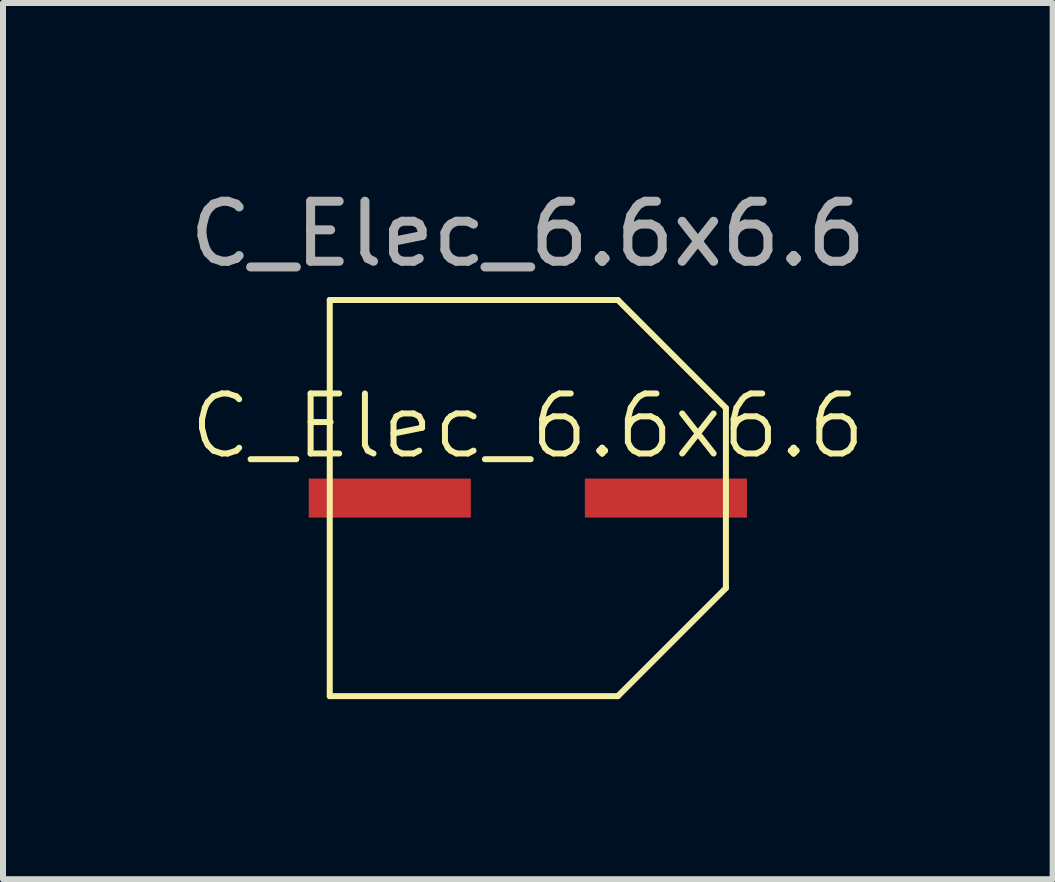
<source format=kicad_pcb>
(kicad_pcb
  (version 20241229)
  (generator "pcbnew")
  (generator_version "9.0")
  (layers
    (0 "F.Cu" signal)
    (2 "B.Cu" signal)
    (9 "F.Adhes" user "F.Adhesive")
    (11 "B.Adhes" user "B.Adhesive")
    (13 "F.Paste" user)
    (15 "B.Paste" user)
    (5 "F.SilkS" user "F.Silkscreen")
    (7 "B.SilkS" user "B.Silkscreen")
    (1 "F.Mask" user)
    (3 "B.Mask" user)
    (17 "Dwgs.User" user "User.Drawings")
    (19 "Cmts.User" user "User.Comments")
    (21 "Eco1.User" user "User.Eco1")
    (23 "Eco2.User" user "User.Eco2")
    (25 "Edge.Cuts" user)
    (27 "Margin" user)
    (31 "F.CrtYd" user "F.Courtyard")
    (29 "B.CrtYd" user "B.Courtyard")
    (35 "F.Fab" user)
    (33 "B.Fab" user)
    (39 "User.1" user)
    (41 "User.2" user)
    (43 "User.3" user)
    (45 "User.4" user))
  (footprint "C_Elec_6.6x6.6"
    (layer "F.Cu")
    (at 5.744 5.248)
    (property "Reference" "C_Elec_6.6x6.6" (at 0 -1.2 0) (unlocked yes) (layer "F.SilkS") (effects (font (size 1 1) (thickness 0.1))))
    (attr smd)
    (fp_line (start -3.3 -3.3) (end -3.3 3.3) (stroke (width 0.1) (type default)) (layer "F.SilkS"))
    (fp_line (start -3.3 3.3) (end 1.5 3.3) (stroke (width 0.1) (type default)) (layer "F.SilkS"))
    (fp_line (start 1.5 -3.3) (end -3.3 -3.3) (stroke (width 0.1) (type default)) (layer "F.SilkS"))
    (fp_line (start 1.5 -3.3) (end 3.3 -1.5) (stroke (width 0.1) (type default)) (layer "F.SilkS"))
    (fp_line (start 3.3 1.5) (end 1.5 3.3) (stroke (width 0.1) (type default)) (layer "F.SilkS"))
    (fp_line (start 3.3 1.5) (end 3.3 -1.5) (stroke (width 0.1) (type default)) (layer "F.SilkS"))
    (fp_text user "${REFERENCE}" (at 0 -4.4 0) (unlocked yes) (layer "F.Fab") (effects (font (size 1 1) (thickness 0.15))))
    (pad "1" smd rect (at 2.3 0) (size 2.7 0.65) (layers "F.Cu" "F.Mask" "F.Paste"))
    (pad "2" smd rect (at -2.3 0) (size 2.7 0.65) (layers "F.Cu" "F.Mask" "F.Paste")))
  (gr_rect
    (start -3 -3)
    (end 14.488 11.598)
    (stroke (width 0.1) (type default))
    (fill no)
    (layer "Edge.Cuts")))
</source>
